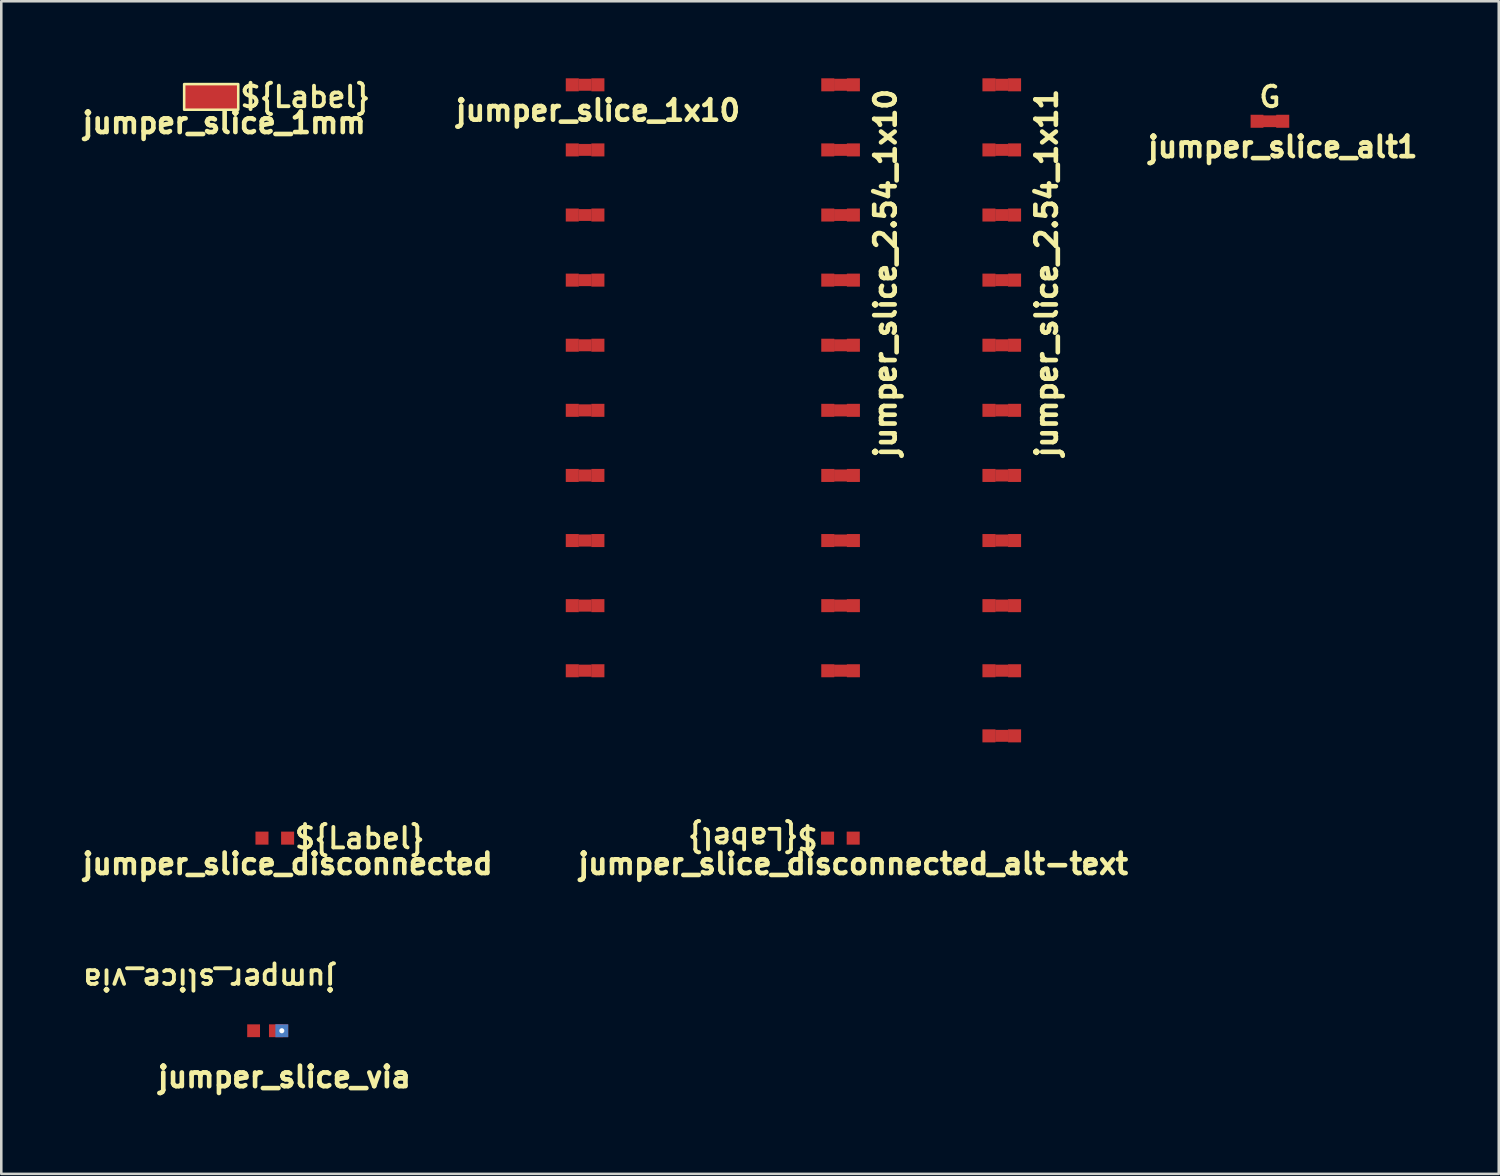
<source format=kicad_pcb>
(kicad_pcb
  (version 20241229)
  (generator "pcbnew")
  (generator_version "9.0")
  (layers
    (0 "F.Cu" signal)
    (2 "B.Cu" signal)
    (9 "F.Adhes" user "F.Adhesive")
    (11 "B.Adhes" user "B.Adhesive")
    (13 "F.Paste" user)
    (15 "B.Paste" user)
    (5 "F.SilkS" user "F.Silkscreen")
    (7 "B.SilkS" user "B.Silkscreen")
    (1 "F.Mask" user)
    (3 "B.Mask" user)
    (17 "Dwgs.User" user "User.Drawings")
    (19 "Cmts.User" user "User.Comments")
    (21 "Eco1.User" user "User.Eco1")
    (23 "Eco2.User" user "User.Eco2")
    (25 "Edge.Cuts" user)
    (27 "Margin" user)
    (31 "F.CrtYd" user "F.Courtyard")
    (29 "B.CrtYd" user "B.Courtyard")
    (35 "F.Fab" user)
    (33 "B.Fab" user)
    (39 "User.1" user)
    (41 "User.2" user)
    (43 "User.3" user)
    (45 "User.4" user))
  (footprint "jumper_slice_via"
    (layer "F.Cu")
    (at 7.444 37.164)
    (property "Reference" "jumper_slice_via" (at 0.6 1.8 0) (layer "F.SilkS") (effects (font (size 0.8 0.8) (thickness 0.18))))
    (attr through_hole exclude_from_bom dnp allow_soldermask_bridges)
    (fp_rect (start -0.35 -0.25) (end 0.5 0.25) (stroke (width 0) (type solid)) (fill yes) (layer "F.Mask"))
    (fp_text user "${Reference}" (at 2.675 -2 180) (unlocked yes) (layer "F.SilkS") (effects (font (size 0.8 0.8) (thickness 0.15) (bold yes)) (justify left)))
    (pad "1" smd rect (at -0.6 0 180) (size 0.5 0.5) (layers "F.Cu" "F.Mask"))
    (pad "2" smd rect (at 0.275 0 180) (size 0.55 0.5) (layers "F.Cu" "F.Mask"))
    (pad "2" thru_hole rect (at 0.5 0 180) (size 0.5 0.5) (drill 0.2) (layers "*.Cu")))
  (footprint "jumper_slice_disconnected_alt-text"
    (layer "F.Cu")
    (at 29.737 29.649)
    (property "Reference" "jumper_slice_disconnected_alt-text" (at 0.5 1 0) (layer "F.SilkS") (effects (font (size 0.8 0.8) (thickness 0.18))))
    (attr through_hole)
    (fp_poly (pts (xy 0.254 0.254) (xy -0.254 0.254) (xy -0.254 -0.254) (xy 0.254 -0.254)) (stroke (width 0.01) (type solid)) (fill yes) (layer "F.Mask"))
    (fp_text user "${Label}" (at -0.8 0 180) (unlocked yes) (layer "F.SilkS") (effects (font (size 0.8 0.8) (thickness 0.15) (bold yes)) (justify left)))
    (pad "1" smd rect (at -0.5 0 180) (size 0.508 0.508) (layers "F.Cu" "F.Mask"))
    (pad "2" smd rect (at 0.5 0 180) (size 0.508 0.508) (layers "F.Cu" "F.Mask")))
  (footprint "jumper_slice_2.54_1x11"
    (layer "F.Cu")
    (at 36.033 0.259)
    (property "Reference" "jumper_slice_2.54_1x11" (at 1.75 7.348 90) (layer "F.SilkS") (effects (font (size 0.8 0.8) (thickness 0.18))))
    (attr through_hole)
    (fp_poly (pts (xy 0.254 0.229) (xy -0.254 0.229) (xy -0.254 -0.229) (xy 0.254 -0.229)) (stroke (width 0.01) (type solid)) (fill yes) (layer "F.Cu"))
    (fp_poly (pts (xy 0.254 2.769) (xy -0.254 2.769) (xy -0.254 2.311) (xy 0.254 2.311)) (stroke (width 0.01) (type solid)) (fill yes) (layer "F.Cu"))
    (fp_poly (pts (xy 0.254 5.309) (xy -0.254 5.309) (xy -0.254 4.851) (xy 0.254 4.851)) (stroke (width 0.01) (type solid)) (fill yes) (layer "F.Cu"))
    (fp_poly (pts (xy 0.254 7.849) (xy -0.254 7.849) (xy -0.254 7.391) (xy 0.254 7.391)) (stroke (width 0.01) (type solid)) (fill yes) (layer "F.Cu"))
    (fp_poly (pts (xy 0.254 10.389) (xy -0.254 10.389) (xy -0.254 9.931) (xy 0.254 9.931)) (stroke (width 0.01) (type solid)) (fill yes) (layer "F.Cu"))
    (fp_poly (pts (xy 0.254 12.929) (xy -0.254 12.929) (xy -0.254 12.471) (xy 0.254 12.471)) (stroke (width 0.01) (type solid)) (fill yes) (layer "F.Cu"))
    (fp_poly (pts (xy 0.254 15.469) (xy -0.254 15.469) (xy -0.254 15.011) (xy 0.254 15.011)) (stroke (width 0.01) (type solid)) (fill yes) (layer "F.Cu"))
    (fp_poly (pts (xy 0.254 18.009) (xy -0.254 18.009) (xy -0.254 17.551) (xy 0.254 17.551)) (stroke (width 0.01) (type solid)) (fill yes) (layer "F.Cu"))
    (fp_poly (pts (xy 0.254 20.549) (xy -0.254 20.549) (xy -0.254 20.091) (xy 0.254 20.091)) (stroke (width 0.01) (type solid)) (fill yes) (layer "F.Cu"))
    (fp_poly (pts (xy 0.254 23.089) (xy -0.254 23.089) (xy -0.254 22.631) (xy 0.254 22.631)) (stroke (width 0.01) (type solid)) (fill yes) (layer "F.Cu"))
    (fp_poly (pts (xy 0.254 25.629) (xy -0.254 25.629) (xy -0.254 25.171) (xy 0.254 25.171)) (stroke (width 0.01) (type solid)) (fill yes) (layer "F.Cu"))
    (fp_poly (pts (xy 0.254 0.254) (xy -0.254 0.254) (xy -0.254 -0.254) (xy 0.254 -0.254)) (stroke (width 0.01) (type solid)) (fill yes) (layer "F.Mask"))
    (fp_poly (pts (xy 0.254 2.794) (xy -0.254 2.794) (xy -0.254 2.286) (xy 0.254 2.286)) (stroke (width 0.01) (type solid)) (fill yes) (layer "F.Mask"))
    (fp_poly (pts (xy 0.254 5.334) (xy -0.254 5.334) (xy -0.254 4.826) (xy 0.254 4.826)) (stroke (width 0.01) (type solid)) (fill yes) (layer "F.Mask"))
    (fp_poly (pts (xy 0.254 7.874) (xy -0.254 7.874) (xy -0.254 7.366) (xy 0.254 7.366)) (stroke (width 0.01) (type solid)) (fill yes) (layer "F.Mask"))
    (fp_poly (pts (xy 0.254 10.414) (xy -0.254 10.414) (xy -0.254 9.906) (xy 0.254 9.906)) (stroke (width 0.01) (type solid)) (fill yes) (layer "F.Mask"))
    (fp_poly (pts (xy 0.254 12.954) (xy -0.254 12.954) (xy -0.254 12.446) (xy 0.254 12.446)) (stroke (width 0.01) (type solid)) (fill yes) (layer "F.Mask"))
    (fp_poly (pts (xy 0.254 15.494) (xy -0.254 15.494) (xy -0.254 14.986) (xy 0.254 14.986)) (stroke (width 0.01) (type solid)) (fill yes) (layer "F.Mask"))
    (fp_poly (pts (xy 0.254 18.034) (xy -0.254 18.034) (xy -0.254 17.526) (xy 0.254 17.526)) (stroke (width 0.01) (type solid)) (fill yes) (layer "F.Mask"))
    (fp_poly (pts (xy 0.254 20.574) (xy -0.254 20.574) (xy -0.254 20.066) (xy 0.254 20.066)) (stroke (width 0.01) (type solid)) (fill yes) (layer "F.Mask"))
    (fp_poly (pts (xy 0.254 23.114) (xy -0.254 23.114) (xy -0.254 22.606) (xy 0.254 22.606)) (stroke (width 0.01) (type solid)) (fill yes) (layer "F.Mask"))
    (fp_poly (pts (xy 0.254 25.654) (xy -0.254 25.654) (xy -0.254 25.146) (xy 0.254 25.146)) (stroke (width 0.01) (type solid)) (fill yes) (layer "F.Mask"))
    (pad "1" smd rect (at -0.5 0) (size 0.508 0.508) (layers "F.Cu" "F.Mask"))
    (pad "2" smd rect (at 0.5 0) (size 0.508 0.508) (layers "F.Cu" "F.Mask"))
    (pad "3" smd rect (at -0.5 2.54) (size 0.508 0.508) (layers "F.Cu" "F.Mask"))
    (pad "4" smd rect (at 0.5 2.54) (size 0.508 0.508) (layers "F.Cu" "F.Mask"))
    (pad "5" smd rect (at -0.5 5.08) (size 0.508 0.508) (layers "F.Cu" "F.Mask"))
    (pad "6" smd rect (at 0.5 5.08) (size 0.508 0.508) (layers "F.Cu" "F.Mask"))
    (pad "7" smd rect (at -0.5 7.62) (size 0.508 0.508) (layers "F.Cu" "F.Mask"))
    (pad "8" smd rect (at 0.5 7.62) (size 0.508 0.508) (layers "F.Cu" "F.Mask"))
    (pad "9" smd rect (at -0.5 10.16) (size 0.508 0.508) (layers "F.Cu" "F.Mask"))
    (pad "10" smd rect (at 0.5 10.16) (size 0.508 0.508) (layers "F.Cu" "F.Mask"))
    (pad "11" smd rect (at -0.5 12.7) (size 0.508 0.508) (layers "F.Cu" "F.Mask"))
    (pad "12" smd rect (at 0.5 12.7) (size 0.508 0.508) (layers "F.Cu" "F.Mask"))
    (pad "13" smd rect (at -0.5 15.24) (size 0.508 0.508) (layers "F.Cu" "F.Mask"))
    (pad "14" smd rect (at 0.5 15.24) (size 0.508 0.508) (layers "F.Cu" "F.Mask"))
    (pad "15" smd rect (at -0.5 17.78) (size 0.508 0.508) (layers "F.Cu" "F.Mask"))
    (pad "16" smd rect (at 0.5 17.78) (size 0.508 0.508) (layers "F.Cu" "F.Mask"))
    (pad "17" smd rect (at -0.5 20.32) (size 0.508 0.508) (layers "F.Cu" "F.Mask"))
    (pad "18" smd rect (at 0.5 20.32) (size 0.508 0.508) (layers "F.Cu" "F.Mask"))
    (pad "19" smd rect (at -0.5 22.86) (size 0.508 0.508) (layers "F.Cu" "F.Mask"))
    (pad "20" smd rect (at 0.5 22.86) (size 0.508 0.508) (layers "F.Cu" "F.Mask"))
    (pad "21" smd rect (at -0.5 25.4) (size 0.508 0.508) (layers "F.Cu" "F.Mask"))
    (pad "22" smd rect (at 0.5 25.4) (size 0.508 0.508) (layers "F.Cu" "F.Mask")))
  (footprint "jumper_slice_alt1"
    (layer "F.Cu")
    (at 46.495 1.681)
    (property "Reference" "jumper_slice_alt1" (at 0.5 1 0) (layer "F.SilkS") (effects (font (size 0.8 0.8) (thickness 0.18))))
    (property "Label" "G" (at 0 0 180) (unlocked yes) (layer "F.Fab") (hide yes) (effects (font (size 1 1) (thickness 0.15))))
    (attr smd exclude_from_bom dnp allow_soldermask_bridges)
    (fp_rect (start -0.279 -0.229) (end 0.296 0.229) (stroke (width 0) (type solid)) (fill yes) (layer "F.Cu"))
    (fp_rect (start -0.254 -0.254) (end 0.246 0.254) (stroke (width 0) (type solid)) (fill yes) (layer "F.Mask"))
    (fp_text user "${Label}" (at 0 -0.95 0) (layer "F.SilkS") (effects (font (size 0.8 0.8) (thickness 0.15) (bold yes))))
    (pad "1" smd rect (at -0.504 0) (size 0.5 0.508) (layers "F.Cu" "F.Mask"))
    (pad "2" smd rect (at 0.5 0) (size 0.508 0.508) (layers "F.Cu" "F.Mask")))
  (footprint "jumper_slice_disconnected"
    (layer "F.Cu")
    (at 7.671 29.649)
    (property "Reference" "jumper_slice_disconnected" (at 0.5 1 0) (layer "F.SilkS") (effects (font (size 0.8 0.8) (thickness 0.18))))
    (attr through_hole)
    (fp_poly (pts (xy 0.254 0.254) (xy -0.254 0.254) (xy -0.254 -0.254) (xy 0.254 -0.254)) (stroke (width 0.01) (type solid)) (fill yes) (layer "F.Mask"))
    (fp_text user "${Label}" (at 0.7 0 0) (layer "F.SilkS") (effects (font (size 0.8 0.8) (thickness 0.15) (bold yes)) (justify left)))
    (pad "1" smd rect (at -0.5 0 180) (size 0.508 0.508) (layers "F.Cu" "F.Mask"))
    (pad "2" smd rect (at 0.5 0 180) (size 0.508 0.508) (layers "F.Cu" "F.Mask")))
  (footprint "jumper_slice_2.54_1x10"
    (layer "F.Cu")
    (at 29.745 0.259)
    (property "Reference" "jumper_slice_2.54_1x10" (at 1.75 7.348 90) (layer "F.SilkS") (effects (font (size 0.8 0.8) (thickness 0.18))))
    (attr through_hole exclude_from_bom)
    (fp_poly (pts (xy 0.254 0.229) (xy -0.254 0.229) (xy -0.254 -0.229) (xy 0.254 -0.229)) (stroke (width 0.01) (type solid)) (fill yes) (layer "F.Cu"))
    (fp_poly (pts (xy 0.254 2.769) (xy -0.254 2.769) (xy -0.254 2.311) (xy 0.254 2.311)) (stroke (width 0.01) (type solid)) (fill yes) (layer "F.Cu"))
    (fp_poly (pts (xy 0.254 5.309) (xy -0.254 5.309) (xy -0.254 4.851) (xy 0.254 4.851)) (stroke (width 0.01) (type solid)) (fill yes) (layer "F.Cu"))
    (fp_poly (pts (xy 0.254 7.849) (xy -0.254 7.849) (xy -0.254 7.391) (xy 0.254 7.391)) (stroke (width 0.01) (type solid)) (fill yes) (layer "F.Cu"))
    (fp_poly (pts (xy 0.254 10.389) (xy -0.254 10.389) (xy -0.254 9.931) (xy 0.254 9.931)) (stroke (width 0.01) (type solid)) (fill yes) (layer "F.Cu"))
    (fp_poly (pts (xy 0.254 12.929) (xy -0.254 12.929) (xy -0.254 12.471) (xy 0.254 12.471)) (stroke (width 0.01) (type solid)) (fill yes) (layer "F.Cu"))
    (fp_poly (pts (xy 0.254 15.469) (xy -0.254 15.469) (xy -0.254 15.011) (xy 0.254 15.011)) (stroke (width 0.01) (type solid)) (fill yes) (layer "F.Cu"))
    (fp_poly (pts (xy 0.254 18.009) (xy -0.254 18.009) (xy -0.254 17.551) (xy 0.254 17.551)) (stroke (width 0.01) (type solid)) (fill yes) (layer "F.Cu"))
    (fp_poly (pts (xy 0.254 20.549) (xy -0.254 20.549) (xy -0.254 20.091) (xy 0.254 20.091)) (stroke (width 0.01) (type solid)) (fill yes) (layer "F.Cu"))
    (fp_poly (pts (xy 0.254 23.089) (xy -0.254 23.089) (xy -0.254 22.631) (xy 0.254 22.631)) (stroke (width 0.01) (type solid)) (fill yes) (layer "F.Cu"))
    (fp_poly (pts (xy 0.254 0.254) (xy -0.254 0.254) (xy -0.254 -0.254) (xy 0.254 -0.254)) (stroke (width 0.01) (type solid)) (fill yes) (layer "F.Mask"))
    (fp_poly (pts (xy 0.254 2.794) (xy -0.254 2.794) (xy -0.254 2.286) (xy 0.254 2.286)) (stroke (width 0.01) (type solid)) (fill yes) (layer "F.Mask"))
    (fp_poly (pts (xy 0.254 5.334) (xy -0.254 5.334) (xy -0.254 4.826) (xy 0.254 4.826)) (stroke (width 0.01) (type solid)) (fill yes) (layer "F.Mask"))
    (fp_poly (pts (xy 0.254 7.874) (xy -0.254 7.874) (xy -0.254 7.366) (xy 0.254 7.366)) (stroke (width 0.01) (type solid)) (fill yes) (layer "F.Mask"))
    (fp_poly (pts (xy 0.254 10.414) (xy -0.254 10.414) (xy -0.254 9.906) (xy 0.254 9.906)) (stroke (width 0.01) (type solid)) (fill yes) (layer "F.Mask"))
    (fp_poly (pts (xy 0.254 12.954) (xy -0.254 12.954) (xy -0.254 12.446) (xy 0.254 12.446)) (stroke (width 0.01) (type solid)) (fill yes) (layer "F.Mask"))
    (fp_poly (pts (xy 0.254 15.494) (xy -0.254 15.494) (xy -0.254 14.986) (xy 0.254 14.986)) (stroke (width 0.01) (type solid)) (fill yes) (layer "F.Mask"))
    (fp_poly (pts (xy 0.254 18.034) (xy -0.254 18.034) (xy -0.254 17.526) (xy 0.254 17.526)) (stroke (width 0.01) (type solid)) (fill yes) (layer "F.Mask"))
    (fp_poly (pts (xy 0.254 20.574) (xy -0.254 20.574) (xy -0.254 20.066) (xy 0.254 20.066)) (stroke (width 0.01) (type solid)) (fill yes) (layer "F.Mask"))
    (fp_poly (pts (xy 0.254 23.114) (xy -0.254 23.114) (xy -0.254 22.606) (xy 0.254 22.606)) (stroke (width 0.01) (type solid)) (fill yes) (layer "F.Mask"))
    (pad "1" smd rect (at -0.5 0 180) (size 0.508 0.508) (layers "F.Cu" "F.Mask"))
    (pad "2" smd rect (at 0.5 0 180) (size 0.508 0.508) (layers "F.Cu" "F.Mask"))
    (pad "3" smd rect (at -0.5 2.54 180) (size 0.508 0.508) (layers "F.Cu" "F.Mask"))
    (pad "4" smd rect (at 0.5 2.54 180) (size 0.508 0.508) (layers "F.Cu" "F.Mask"))
    (pad "5" smd rect (at -0.5 5.08 180) (size 0.508 0.508) (layers "F.Cu" "F.Mask"))
    (pad "6" smd rect (at 0.5 5.08 180) (size 0.508 0.508) (layers "F.Cu" "F.Mask"))
    (pad "7" smd rect (at -0.5 7.62 180) (size 0.508 0.508) (layers "F.Cu" "F.Mask"))
    (pad "8" smd rect (at 0.5 7.62 180) (size 0.508 0.508) (layers "F.Cu" "F.Mask"))
    (pad "9" smd rect (at -0.5 10.16 180) (size 0.508 0.508) (layers "F.Cu" "F.Mask"))
    (pad "10" smd rect (at 0.5 10.16 180) (size 0.508 0.508) (layers "F.Cu" "F.Mask"))
    (pad "11" smd rect (at -0.5 12.7 180) (size 0.508 0.508) (layers "F.Cu" "F.Mask"))
    (pad "12" smd rect (at 0.5 12.7 180) (size 0.508 0.508) (layers "F.Cu" "F.Mask"))
    (pad "13" smd rect (at -0.5 15.24 180) (size 0.508 0.508) (layers "F.Cu" "F.Mask"))
    (pad "14" smd rect (at 0.5 15.24 180) (size 0.508 0.508) (layers "F.Cu" "F.Mask"))
    (pad "15" smd rect (at -0.5 17.78 180) (size 0.508 0.508) (layers "F.Cu" "F.Mask"))
    (pad "16" smd rect (at 0.5 17.78 180) (size 0.508 0.508) (layers "F.Cu" "F.Mask"))
    (pad "17" smd rect (at -0.5 20.32 180) (size 0.508 0.508) (layers "F.Cu" "F.Mask"))
    (pad "18" smd rect (at 0.5 20.32 180) (size 0.508 0.508) (layers "F.Cu" "F.Mask"))
    (pad "19" smd rect (at -0.5 22.86 180) (size 0.508 0.508) (layers "F.Cu" "F.Mask"))
    (pad "20" smd rect (at 0.5 22.86 180) (size 0.508 0.508) (layers "F.Cu" "F.Mask")))
  (footprint "jumper_slice_1mm"
    (layer "F.Cu")
    (at 5.195 0.741)
    (property "Reference" "jumper_slice_1mm" (at 0.5 1 0) (layer "F.SilkS") (effects (font (size 0.8 0.8) (thickness 0.18))))
    (attr through_hole exclude_from_bom)
    (fp_poly (pts (xy -0.275 -0.2) (xy 0.275 -0.2) (xy 0.275 0.2) (xy -0.275 0.2)) (stroke (width 0) (type solid)) (fill yes) (layer "F.Cu"))
    (fp_rect (start -1.06 -0.51) (end 1.05 0.49) (stroke (width 0.1) (type default)) (fill no) (layer "F.SilkS"))
    (fp_text user "${Label}" (at 1.05 -0.01 0) (unlocked yes) (layer "F.SilkS") (effects (font (size 0.8 0.8) (thickness 0.15) (bold yes)) (justify left)))
    (pad "1" smd rect (at -0.504 0) (size 1.1 1) (layers "F.Cu"))
    (pad "2" smd rect (at 0.5 0) (size 1.1 1) (layers "F.Cu")))
  (footprint "jumper_slice_1x10"
    (layer "F.Cu")
    (at 19.777 0.259)
    (property "Reference" "jumper_slice_1x10" (at 0.5 1 0) (layer "F.SilkS") (effects (font (size 0.8 0.8) (thickness 0.18))))
    (attr through_hole)
    (fp_poly (pts (xy 0.254 0.229) (xy -0.254 0.229) (xy -0.254 -0.229) (xy 0.254 -0.229)) (stroke (width 0.01) (type solid)) (fill yes) (layer "F.Cu"))
    (fp_poly (pts (xy 0.254 2.769) (xy -0.254 2.769) (xy -0.254 2.311) (xy 0.254 2.311)) (stroke (width 0.01) (type solid)) (fill yes) (layer "F.Cu"))
    (fp_poly (pts (xy 0.254 5.309) (xy -0.254 5.309) (xy -0.254 4.851) (xy 0.254 4.851)) (stroke (width 0.01) (type solid)) (fill yes) (layer "F.Cu"))
    (fp_poly (pts (xy 0.254 7.849) (xy -0.254 7.849) (xy -0.254 7.391) (xy 0.254 7.391)) (stroke (width 0.01) (type solid)) (fill yes) (layer "F.Cu"))
    (fp_poly (pts (xy 0.254 10.389) (xy -0.254 10.389) (xy -0.254 9.931) (xy 0.254 9.931)) (stroke (width 0.01) (type solid)) (fill yes) (layer "F.Cu"))
    (fp_poly (pts (xy 0.254 12.929) (xy -0.254 12.929) (xy -0.254 12.471) (xy 0.254 12.471)) (stroke (width 0.01) (type solid)) (fill yes) (layer "F.Cu"))
    (fp_poly (pts (xy 0.254 15.469) (xy -0.254 15.469) (xy -0.254 15.011) (xy 0.254 15.011)) (stroke (width 0.01) (type solid)) (fill yes) (layer "F.Cu"))
    (fp_poly (pts (xy 0.254 18.009) (xy -0.254 18.009) (xy -0.254 17.551) (xy 0.254 17.551)) (stroke (width 0.01) (type solid)) (fill yes) (layer "F.Cu"))
    (fp_poly (pts (xy 0.254 20.549) (xy -0.254 20.549) (xy -0.254 20.091) (xy 0.254 20.091)) (stroke (width 0.01) (type solid)) (fill yes) (layer "F.Cu"))
    (fp_poly (pts (xy 0.254 23.089) (xy -0.254 23.089) (xy -0.254 22.631) (xy 0.254 22.631)) (stroke (width 0.01) (type solid)) (fill yes) (layer "F.Cu"))
    (fp_poly (pts (xy 0.254 0.254) (xy -0.254 0.254) (xy -0.254 -0.254) (xy 0.254 -0.254)) (stroke (width 0.01) (type solid)) (fill yes) (layer "F.Mask"))
    (fp_poly (pts (xy 0.254 2.794) (xy -0.254 2.794) (xy -0.254 2.286) (xy 0.254 2.286)) (stroke (width 0.01) (type solid)) (fill yes) (layer "F.Mask"))
    (fp_poly (pts (xy 0.254 5.334) (xy -0.254 5.334) (xy -0.254 4.826) (xy 0.254 4.826)) (stroke (width 0.01) (type solid)) (fill yes) (layer "F.Mask"))
    (fp_poly (pts (xy 0.254 7.874) (xy -0.254 7.874) (xy -0.254 7.366) (xy 0.254 7.366)) (stroke (width 0.01) (type solid)) (fill yes) (layer "F.Mask"))
    (fp_poly (pts (xy 0.254 10.414) (xy -0.254 10.414) (xy -0.254 9.906) (xy 0.254 9.906)) (stroke (width 0.01) (type solid)) (fill yes) (layer "F.Mask"))
    (fp_poly (pts (xy 0.254 12.954) (xy -0.254 12.954) (xy -0.254 12.446) (xy 0.254 12.446)) (stroke (width 0.01) (type solid)) (fill yes) (layer "F.Mask"))
    (fp_poly (pts (xy 0.254 15.494) (xy -0.254 15.494) (xy -0.254 14.986) (xy 0.254 14.986)) (stroke (width 0.01) (type solid)) (fill yes) (layer "F.Mask"))
    (fp_poly (pts (xy 0.254 18.034) (xy -0.254 18.034) (xy -0.254 17.526) (xy 0.254 17.526)) (stroke (width 0.01) (type solid)) (fill yes) (layer "F.Mask"))
    (fp_poly (pts (xy 0.254 20.574) (xy -0.254 20.574) (xy -0.254 20.066) (xy 0.254 20.066)) (stroke (width 0.01) (type solid)) (fill yes) (layer "F.Mask"))
    (fp_poly (pts (xy 0.254 23.114) (xy -0.254 23.114) (xy -0.254 22.606) (xy 0.254 22.606)) (stroke (width 0.01) (type solid)) (fill yes) (layer "F.Mask"))
    (pad "1" smd rect (at -0.5 0 180) (size 0.508 0.508) (layers "F.Cu" "F.Mask"))
    (pad "1" smd rect (at -0.5 12.7 180) (size 0.508 0.508) (layers "F.Cu" "F.Mask"))
    (pad "2" smd rect (at 0.5 0 180) (size 0.508 0.508) (layers "F.Cu" "F.Mask"))
    (pad "2" smd rect (at 0.5 12.7 180) (size 0.508 0.508) (layers "F.Cu" "F.Mask"))
    (pad "3" smd rect (at -0.5 2.54 180) (size 0.508 0.508) (layers "F.Cu" "F.Mask"))
    (pad "4" smd rect (at 0.5 2.54 180) (size 0.508 0.508) (layers "F.Cu" "F.Mask"))
    (pad "5" smd rect (at -0.5 5.08 180) (size 0.508 0.508) (layers "F.Cu" "F.Mask"))
    (pad "6" smd rect (at 0.5 5.08 180) (size 0.508 0.508) (layers "F.Cu" "F.Mask"))
    (pad "7" smd rect (at -0.5 7.62 180) (size 0.508 0.508) (layers "F.Cu" "F.Mask"))
    (pad "8" smd rect (at 0.5 7.62 180) (size 0.508 0.508) (layers "F.Cu" "F.Mask"))
    (pad "9" smd rect (at -0.5 10.16 180) (size 0.508 0.508) (layers "F.Cu" "F.Mask"))
    (pad "10" smd rect (at 0.5 10.16 180) (size 0.508 0.508) (layers "F.Cu" "F.Mask"))
    (pad "11" smd rect (at -0.5 15.24 180) (size 0.508 0.508) (layers "F.Cu" "F.Mask"))
    (pad "12" smd rect (at 0.5 15.24 180) (size 0.508 0.508) (layers "F.Cu" "F.Mask"))
    (pad "13" smd rect (at -0.5 17.78 180) (size 0.508 0.508) (layers "F.Cu" "F.Mask"))
    (pad "14" smd rect (at 0.5 17.78 180) (size 0.508 0.508) (layers "F.Cu" "F.Mask"))
    (pad "15" smd rect (at -0.5 20.32 180) (size 0.508 0.508) (layers "F.Cu" "F.Mask"))
    (pad "16" smd rect (at 0.5 20.32 180) (size 0.508 0.508) (layers "F.Cu" "F.Mask"))
    (pad "17" smd rect (at -0.5 22.86 180) (size 0.508 0.508) (layers "F.Cu" "F.Mask"))
    (pad "18" smd rect (at 0.5 22.86 180) (size 0.508 0.508) (layers "F.Cu" "F.Mask")))
  (gr_rect
    (start -3 -3)
    (end 55.423 42.748)
    (stroke (width 0.1) (type default))
    (fill no)
    (layer "Edge.Cuts")))
</source>
